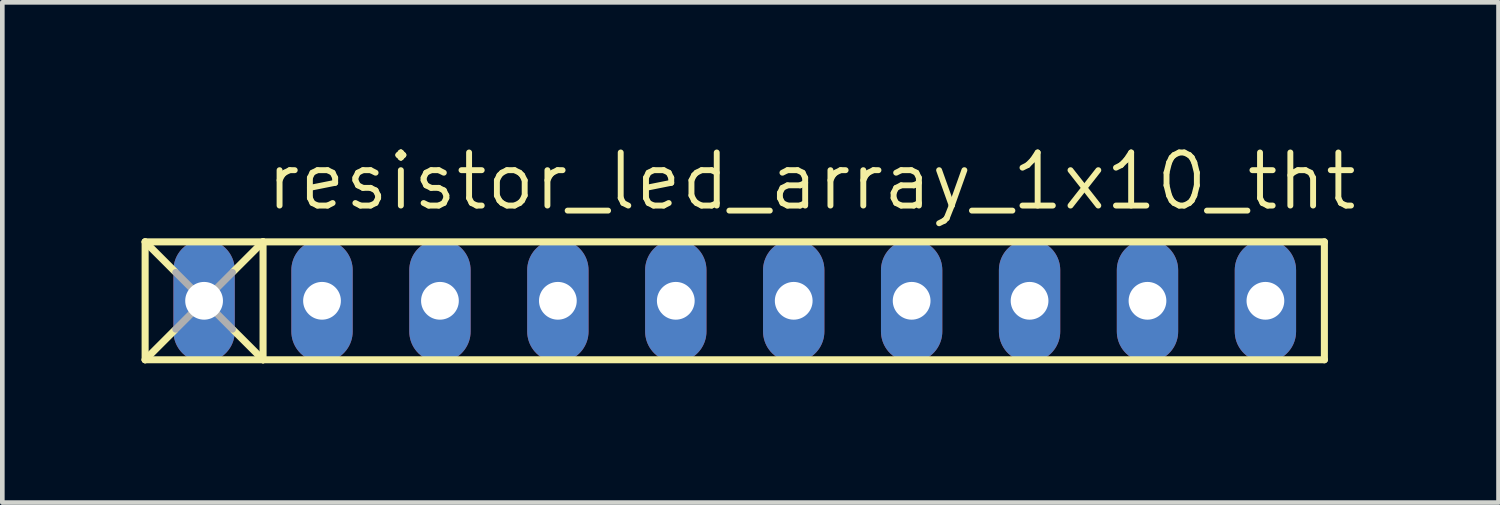
<source format=kicad_pcb>
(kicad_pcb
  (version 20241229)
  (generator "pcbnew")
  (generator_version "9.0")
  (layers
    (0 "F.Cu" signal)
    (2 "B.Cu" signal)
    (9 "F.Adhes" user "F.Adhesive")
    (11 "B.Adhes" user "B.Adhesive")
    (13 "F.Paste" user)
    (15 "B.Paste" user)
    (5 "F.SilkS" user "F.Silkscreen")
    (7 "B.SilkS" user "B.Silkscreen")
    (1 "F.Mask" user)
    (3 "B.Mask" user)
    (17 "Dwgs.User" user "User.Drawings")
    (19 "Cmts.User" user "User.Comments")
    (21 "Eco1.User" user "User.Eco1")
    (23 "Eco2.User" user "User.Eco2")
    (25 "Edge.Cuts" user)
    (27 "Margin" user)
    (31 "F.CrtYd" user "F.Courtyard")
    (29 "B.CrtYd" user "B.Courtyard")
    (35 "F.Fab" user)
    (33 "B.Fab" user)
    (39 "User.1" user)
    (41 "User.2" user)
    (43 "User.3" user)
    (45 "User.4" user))
  (footprint "resistor_led_array_1x10_tht"
    (layer "F.Cu")
    (at 12.776 3.429)
    (property "Reference" "resistor_led_array_1x10_tht" (at -10.16 -1.905 0) (layer "F.SilkS") (effects (font (size 1.143 1.143) (thickness 0.127)) (justify left bottom)))
    (fp_line (start -12.7 -1.27) (end -12.7 1.27) (stroke (width 0.152) (type solid)) (layer "F.SilkS"))
    (fp_line (start -12.7 -1.27) (end -12.065 -0.635) (stroke (width 0.152) (type solid)) (layer "F.SilkS"))
    (fp_line (start -12.7 1.27) (end -12.065 0.635) (stroke (width 0.152) (type solid)) (layer "F.SilkS"))
    (fp_line (start -12.7 1.27) (end -10.16 1.27) (stroke (width 0.152) (type solid)) (layer "F.SilkS"))
    (fp_line (start -10.16 -1.27) (end -12.7 -1.27) (stroke (width 0.152) (type solid)) (layer "F.SilkS"))
    (fp_line (start -10.16 -1.27) (end -10.795 -0.635) (stroke (width 0.152) (type solid)) (layer "F.SilkS"))
    (fp_line (start -10.16 -1.27) (end -10.16 1.27) (stroke (width 0.152) (type solid)) (layer "F.SilkS"))
    (fp_line (start -10.16 1.27) (end -10.795 0.635) (stroke (width 0.152) (type solid)) (layer "F.SilkS"))
    (fp_line (start -10.16 1.27) (end 12.7 1.27) (stroke (width 0.152) (type solid)) (layer "F.SilkS"))
    (fp_line (start 12.7 -1.27) (end -10.16 -1.27) (stroke (width 0.152) (type solid)) (layer "F.SilkS"))
    (fp_line (start 12.7 1.27) (end 12.7 -1.27) (stroke (width 0.152) (type solid)) (layer "F.SilkS"))
    (fp_line (start -12.04 -0.61) (end -10.82 0.61) (stroke (width 0.152) (type solid)) (layer "F.Fab"))
    (fp_line (start -12.04 0.61) (end -10.82 -0.61) (stroke (width 0.152) (type solid)) (layer "F.Fab"))
    (pad "1" thru_hole oval (at -11.43 0 90) (size 2.642 1.321) (drill 0.813) (layers "*.Cu" "*.Mask"))
    (pad "2" thru_hole oval (at -8.89 0 90) (size 2.642 1.321) (drill 0.813) (layers "*.Cu" "*.Mask"))
    (pad "3" thru_hole oval (at -6.35 0 90) (size 2.642 1.321) (drill 0.813) (layers "*.Cu" "*.Mask"))
    (pad "4" thru_hole oval (at -3.81 0 90) (size 2.642 1.321) (drill 0.813) (layers "*.Cu" "*.Mask"))
    (pad "5" thru_hole oval (at -1.27 0 90) (size 2.642 1.321) (drill 0.813) (layers "*.Cu" "*.Mask"))
    (pad "6" thru_hole oval (at 1.27 0 90) (size 2.642 1.321) (drill 0.813) (layers "*.Cu" "*.Mask"))
    (pad "7" thru_hole oval (at 3.81 0 90) (size 2.642 1.321) (drill 0.813) (layers "*.Cu" "*.Mask"))
    (pad "8" thru_hole oval (at 6.35 0 90) (size 2.642 1.321) (drill 0.813) (layers "*.Cu" "*.Mask"))
    (pad "9" thru_hole oval (at 8.89 0 90) (size 2.642 1.321) (drill 0.813) (layers "*.Cu" "*.Mask"))
    (pad "10" thru_hole oval (at 11.43 0 90) (size 2.642 1.321) (drill 0.813) (layers "*.Cu" "*.Mask")))
  (gr_rect
    (start -3 -3)
    (end 29.227 7.775)
    (stroke (width 0.1) (type default))
    (fill no)
    (layer "Edge.Cuts")))
</source>
